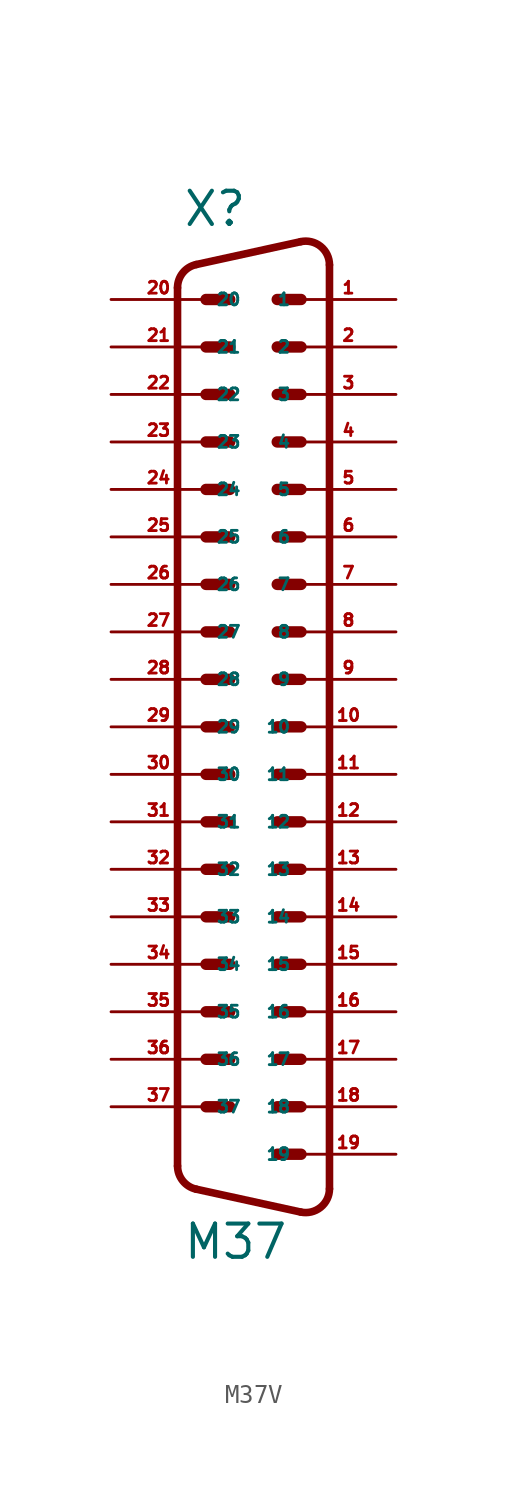
<source format=kicad_sym>
(kicad_symbol_lib
  (version 20220914)
  (generator Eagle2Kicad)
  (symbol "M37V"
    (property "Reference" "X"
      (at -3.81 24.13 0)
      (effects (font (size 1.778 1.778) (thickness 0.22)) (justify left bottom)))
    (property "Value" "M37"
      (at -3.81 -31.115 0)
      (effects (font (size 1.778 1.778) (thickness 0.22)) (justify left bottom)))
    (polyline
      (pts (xy 1.27 20.32) (xy 2.54 20.32))
      (stroke (width 0.61) (type default))
      (fill (type none)))
    (polyline
      (pts (xy -2.54 20.32) (xy -1.27 20.32))
      (stroke (width 0.61) (type default))
      (fill (type none)))
    (polyline
      (pts (xy 1.27 15.24) (xy 2.54 15.24))
      (stroke (width 0.61) (type default))
      (fill (type none)))
    (polyline
      (pts (xy -2.54 17.78) (xy -1.27 17.78))
      (stroke (width 0.61) (type default))
      (fill (type none)))
    (polyline
      (pts (xy 1.27 10.16) (xy 2.54 10.16))
      (stroke (width 0.61) (type default))
      (fill (type none)))
    (polyline
      (pts (xy -2.54 15.24) (xy -1.27 15.24))
      (stroke (width 0.61) (type default))
      (fill (type none)))
    (polyline
      (pts (xy 1.27 5.08) (xy 2.54 5.08))
      (stroke (width 0.61) (type default))
      (fill (type none)))
    (polyline
      (pts (xy -2.54 12.7) (xy -1.27 12.7))
      (stroke (width 0.61) (type default))
      (fill (type none)))
    (polyline
      (pts (xy 1.27 0) (xy 2.54 0))
      (stroke (width 0.61) (type default))
      (fill (type none)))
    (polyline
      (pts (xy -2.54 10.16) (xy -1.27 10.16))
      (stroke (width 0.61) (type default))
      (fill (type none)))
    (polyline
      (pts (xy 1.27 -5.08) (xy 2.54 -5.08))
      (stroke (width 0.61) (type default))
      (fill (type none)))
    (polyline
      (pts (xy -2.54 7.62) (xy -1.27 7.62))
      (stroke (width 0.61) (type default))
      (fill (type none)))
    (polyline
      (pts (xy 1.27 -10.16) (xy 2.54 -10.16))
      (stroke (width 0.61) (type default))
      (fill (type none)))
    (polyline
      (pts (xy -2.54 5.08) (xy -1.27 5.08))
      (stroke (width 0.61) (type default))
      (fill (type none)))
    (polyline
      (pts (xy 1.27 -15.24) (xy 2.54 -15.24))
      (stroke (width 0.61) (type default))
      (fill (type none)))
    (polyline
      (pts (xy -2.54 2.54) (xy -1.27 2.54))
      (stroke (width 0.61) (type default))
      (fill (type none)))
    (polyline
      (pts (xy 1.27 -20.32) (xy 2.54 -20.32))
      (stroke (width 0.61) (type default))
      (fill (type none)))
    (polyline
      (pts (xy -2.54 0) (xy -1.27 0))
      (stroke (width 0.61) (type default))
      (fill (type none)))
    (polyline
      (pts (xy 1.27 -25.4) (xy 2.54 -25.4))
      (stroke (width 0.61) (type default))
      (fill (type none)))
    (polyline
      (pts (xy -2.54 -2.54) (xy -1.27 -2.54))
      (stroke (width 0.61) (type default))
      (fill (type none)))
    (polyline
      (pts (xy 1.27 17.78) (xy 2.54 17.78))
      (stroke (width 0.61) (type default))
      (fill (type none)))
    (polyline
      (pts (xy -2.54 -5.08) (xy -1.27 -5.08))
      (stroke (width 0.61) (type default))
      (fill (type none)))
    (polyline
      (pts (xy 1.27 12.7) (xy 2.54 12.7))
      (stroke (width 0.61) (type default))
      (fill (type none)))
    (polyline
      (pts (xy -2.54 -7.62) (xy -1.27 -7.62))
      (stroke (width 0.61) (type default))
      (fill (type none)))
    (polyline
      (pts (xy 1.27 7.62) (xy 2.54 7.62))
      (stroke (width 0.61) (type default))
      (fill (type none)))
    (polyline
      (pts (xy -2.54 -10.16) (xy -1.27 -10.16))
      (stroke (width 0.61) (type default))
      (fill (type none)))
    (polyline
      (pts (xy 1.27 2.54) (xy 2.54 2.54))
      (stroke (width 0.61) (type default))
      (fill (type none)))
    (polyline
      (pts (xy -2.54 -12.7) (xy -1.27 -12.7))
      (stroke (width 0.61) (type default))
      (fill (type none)))
    (polyline
      (pts (xy 1.27 -2.54) (xy 2.54 -2.54))
      (stroke (width 0.61) (type default))
      (fill (type none)))
    (polyline
      (pts (xy -2.54 -15.24) (xy -1.27 -15.24))
      (stroke (width 0.61) (type default))
      (fill (type none)))
    (polyline
      (pts (xy 1.27 -7.62) (xy 2.54 -7.62))
      (stroke (width 0.61) (type default))
      (fill (type none)))
    (polyline
      (pts (xy -2.54 -17.78) (xy -1.27 -17.78))
      (stroke (width 0.61) (type default))
      (fill (type none)))
    (polyline
      (pts (xy 1.27 -12.7) (xy 2.54 -12.7))
      (stroke (width 0.61) (type default))
      (fill (type none)))
    (polyline
      (pts (xy -2.54 -20.32) (xy -1.27 -20.32))
      (stroke (width 0.61) (type default))
      (fill (type none)))
    (polyline
      (pts (xy 1.27 -17.78) (xy 2.54 -17.78))
      (stroke (width 0.61) (type default))
      (fill (type none)))
    (polyline
      (pts (xy -2.54 -22.86) (xy -1.27 -22.86))
      (stroke (width 0.61) (type default))
      (fill (type none)))
    (polyline
      (pts (xy 1.27 -22.86) (xy 2.54 -22.86))
      (stroke (width 0.61) (type default))
      (fill (type none)))
    (arc
      (start 2.5226 -28.4918)
      (mid 3.590 -28.240)
      (end 4.0637 -27.2512)
      (stroke (width 0.4064) (type default))
      (fill (type none)))
    (polyline
      (pts (xy 2.523 -28.492) (xy -3.065 -27.269))
      (stroke (width 0.406) (type default))
      (fill (type none)))
    (arc
      (start -4.064 -26.0288)
      (mid -3.783 -26.825)
      (end -3.0654 -27.2694)
      (stroke (width 0.4064) (type default))
      (fill (type none)))
    (polyline
      (pts (xy -4.064 20.949) (xy -4.064 -26.029))
      (stroke (width 0.406) (type default))
      (fill (type none)))
    (arc
      (start -3.0654 22.1894)
      (mid -3.783 21.745)
      (end -4.064 20.9488)
      (stroke (width 0.4064) (type default))
      (fill (type none)))
    (polyline
      (pts (xy 4.064 22.171) (xy 4.064 -27.251))
      (stroke (width 0.406) (type default))
      (fill (type none)))
    (polyline
      (pts (xy 2.523 23.412) (xy -3.065 22.189))
      (stroke (width 0.406) (type default))
      (fill (type none)))
    (arc
      (start 4.064 22.1712)
      (mid 3.590 23.161)
      (end 2.5226 23.4119)
      (stroke (width 0.4064) (type default))
      (fill (type none)))
    (pin passive line
      (at 7.62 20.32 180)
      (length 5.08)
      (name "1" (effects (font (size 0.635 0.635) (thickness 0.08)) (justify left bottom)))
      (number "1" (effects (font (size 0.635 0.635) (thickness 0.08)) (justify left bottom))))
    (pin passive line
      (at -7.62 20.32 0)
      (length 5.08)
      (name "20" (effects (font (size 0.635 0.635) (thickness 0.08)) (justify left bottom)))
      (number "20" (effects (font (size 0.635 0.635) (thickness 0.08)) (justify left bottom))))
    (pin passive line
      (at 7.62 17.78 180)
      (length 5.08)
      (name "2" (effects (font (size 0.635 0.635) (thickness 0.08)) (justify left bottom)))
      (number "2" (effects (font (size 0.635 0.635) (thickness 0.08)) (justify left bottom))))
    (pin passive line
      (at -7.62 17.78 0)
      (length 5.08)
      (name "21" (effects (font (size 0.635 0.635) (thickness 0.08)) (justify left bottom)))
      (number "21" (effects (font (size 0.635 0.635) (thickness 0.08)) (justify left bottom))))
    (pin passive line
      (at 7.62 15.24 180)
      (length 5.08)
      (name "3" (effects (font (size 0.635 0.635) (thickness 0.08)) (justify left bottom)))
      (number "3" (effects (font (size 0.635 0.635) (thickness 0.08)) (justify left bottom))))
    (pin passive line
      (at -7.62 15.24 0)
      (length 5.08)
      (name "22" (effects (font (size 0.635 0.635) (thickness 0.08)) (justify left bottom)))
      (number "22" (effects (font (size 0.635 0.635) (thickness 0.08)) (justify left bottom))))
    (pin passive line
      (at 7.62 12.7 180)
      (length 5.08)
      (name "4" (effects (font (size 0.635 0.635) (thickness 0.08)) (justify left bottom)))
      (number "4" (effects (font (size 0.635 0.635) (thickness 0.08)) (justify left bottom))))
    (pin passive line
      (at -7.62 12.7 0)
      (length 5.08)
      (name "23" (effects (font (size 0.635 0.635) (thickness 0.08)) (justify left bottom)))
      (number "23" (effects (font (size 0.635 0.635) (thickness 0.08)) (justify left bottom))))
    (pin passive line
      (at 7.62 10.16 180)
      (length 5.08)
      (name "5" (effects (font (size 0.635 0.635) (thickness 0.08)) (justify left bottom)))
      (number "5" (effects (font (size 0.635 0.635) (thickness 0.08)) (justify left bottom))))
    (pin passive line
      (at -7.62 10.16 0)
      (length 5.08)
      (name "24" (effects (font (size 0.635 0.635) (thickness 0.08)) (justify left bottom)))
      (number "24" (effects (font (size 0.635 0.635) (thickness 0.08)) (justify left bottom))))
    (pin passive line
      (at 7.62 7.62 180)
      (length 5.08)
      (name "6" (effects (font (size 0.635 0.635) (thickness 0.08)) (justify left bottom)))
      (number "6" (effects (font (size 0.635 0.635) (thickness 0.08)) (justify left bottom))))
    (pin passive line
      (at -7.62 7.62 0)
      (length 5.08)
      (name "25" (effects (font (size 0.635 0.635) (thickness 0.08)) (justify left bottom)))
      (number "25" (effects (font (size 0.635 0.635) (thickness 0.08)) (justify left bottom))))
    (pin passive line
      (at 7.62 5.08 180)
      (length 5.08)
      (name "7" (effects (font (size 0.635 0.635) (thickness 0.08)) (justify left bottom)))
      (number "7" (effects (font (size 0.635 0.635) (thickness 0.08)) (justify left bottom))))
    (pin passive line
      (at -7.62 5.08 0)
      (length 5.08)
      (name "26" (effects (font (size 0.635 0.635) (thickness 0.08)) (justify left bottom)))
      (number "26" (effects (font (size 0.635 0.635) (thickness 0.08)) (justify left bottom))))
    (pin passive line
      (at 7.62 2.54 180)
      (length 5.08)
      (name "8" (effects (font (size 0.635 0.635) (thickness 0.08)) (justify left bottom)))
      (number "8" (effects (font (size 0.635 0.635) (thickness 0.08)) (justify left bottom))))
    (pin passive line
      (at -7.62 2.54 0)
      (length 5.08)
      (name "27" (effects (font (size 0.635 0.635) (thickness 0.08)) (justify left bottom)))
      (number "27" (effects (font (size 0.635 0.635) (thickness 0.08)) (justify left bottom))))
    (pin passive line
      (at 7.62 0 180)
      (length 5.08)
      (name "9" (effects (font (size 0.635 0.635) (thickness 0.08)) (justify left bottom)))
      (number "9" (effects (font (size 0.635 0.635) (thickness 0.08)) (justify left bottom))))
    (pin passive line
      (at -7.62 0 0)
      (length 5.08)
      (name "28" (effects (font (size 0.635 0.635) (thickness 0.08)) (justify left bottom)))
      (number "28" (effects (font (size 0.635 0.635) (thickness 0.08)) (justify left bottom))))
    (pin passive line
      (at 7.62 -2.54 180)
      (length 5.08)
      (name "10" (effects (font (size 0.635 0.635) (thickness 0.08)) (justify left bottom)))
      (number "10" (effects (font (size 0.635 0.635) (thickness 0.08)) (justify left bottom))))
    (pin passive line
      (at -7.62 -2.54 0)
      (length 5.08)
      (name "29" (effects (font (size 0.635 0.635) (thickness 0.08)) (justify left bottom)))
      (number "29" (effects (font (size 0.635 0.635) (thickness 0.08)) (justify left bottom))))
    (pin passive line
      (at 7.62 -5.08 180)
      (length 5.08)
      (name "11" (effects (font (size 0.635 0.635) (thickness 0.08)) (justify left bottom)))
      (number "11" (effects (font (size 0.635 0.635) (thickness 0.08)) (justify left bottom))))
    (pin passive line
      (at -7.62 -5.08 0)
      (length 5.08)
      (name "30" (effects (font (size 0.635 0.635) (thickness 0.08)) (justify left bottom)))
      (number "30" (effects (font (size 0.635 0.635) (thickness 0.08)) (justify left bottom))))
    (pin passive line
      (at 7.62 -7.62 180)
      (length 5.08)
      (name "12" (effects (font (size 0.635 0.635) (thickness 0.08)) (justify left bottom)))
      (number "12" (effects (font (size 0.635 0.635) (thickness 0.08)) (justify left bottom))))
    (pin passive line
      (at -7.62 -7.62 0)
      (length 5.08)
      (name "31" (effects (font (size 0.635 0.635) (thickness 0.08)) (justify left bottom)))
      (number "31" (effects (font (size 0.635 0.635) (thickness 0.08)) (justify left bottom))))
    (pin passive line
      (at 7.62 -10.16 180)
      (length 5.08)
      (name "13" (effects (font (size 0.635 0.635) (thickness 0.08)) (justify left bottom)))
      (number "13" (effects (font (size 0.635 0.635) (thickness 0.08)) (justify left bottom))))
    (pin passive line
      (at -7.62 -10.16 0)
      (length 5.08)
      (name "32" (effects (font (size 0.635 0.635) (thickness 0.08)) (justify left bottom)))
      (number "32" (effects (font (size 0.635 0.635) (thickness 0.08)) (justify left bottom))))
    (pin passive line
      (at 7.62 -12.7 180)
      (length 5.08)
      (name "14" (effects (font (size 0.635 0.635) (thickness 0.08)) (justify left bottom)))
      (number "14" (effects (font (size 0.635 0.635) (thickness 0.08)) (justify left bottom))))
    (pin passive line
      (at -7.62 -12.7 0)
      (length 5.08)
      (name "33" (effects (font (size 0.635 0.635) (thickness 0.08)) (justify left bottom)))
      (number "33" (effects (font (size 0.635 0.635) (thickness 0.08)) (justify left bottom))))
    (pin passive line
      (at 7.62 -15.24 180)
      (length 5.08)
      (name "15" (effects (font (size 0.635 0.635) (thickness 0.08)) (justify left bottom)))
      (number "15" (effects (font (size 0.635 0.635) (thickness 0.08)) (justify left bottom))))
    (pin passive line
      (at -7.62 -15.24 0)
      (length 5.08)
      (name "34" (effects (font (size 0.635 0.635) (thickness 0.08)) (justify left bottom)))
      (number "34" (effects (font (size 0.635 0.635) (thickness 0.08)) (justify left bottom))))
    (pin passive line
      (at 7.62 -17.78 180)
      (length 5.08)
      (name "16" (effects (font (size 0.635 0.635) (thickness 0.08)) (justify left bottom)))
      (number "16" (effects (font (size 0.635 0.635) (thickness 0.08)) (justify left bottom))))
    (pin passive line
      (at -7.62 -17.78 0)
      (length 5.08)
      (name "35" (effects (font (size 0.635 0.635) (thickness 0.08)) (justify left bottom)))
      (number "35" (effects (font (size 0.635 0.635) (thickness 0.08)) (justify left bottom))))
    (pin passive line
      (at 7.62 -20.32 180)
      (length 5.08)
      (name "17" (effects (font (size 0.635 0.635) (thickness 0.08)) (justify left bottom)))
      (number "17" (effects (font (size 0.635 0.635) (thickness 0.08)) (justify left bottom))))
    (pin passive line
      (at -7.62 -20.32 0)
      (length 5.08)
      (name "36" (effects (font (size 0.635 0.635) (thickness 0.08)) (justify left bottom)))
      (number "36" (effects (font (size 0.635 0.635) (thickness 0.08)) (justify left bottom))))
    (pin passive line
      (at 7.62 -22.86 180)
      (length 5.08)
      (name "18" (effects (font (size 0.635 0.635) (thickness 0.08)) (justify left bottom)))
      (number "18" (effects (font (size 0.635 0.635) (thickness 0.08)) (justify left bottom))))
    (pin passive line
      (at -7.62 -22.86 0)
      (length 5.08)
      (name "37" (effects (font (size 0.635 0.635) (thickness 0.08)) (justify left bottom)))
      (number "37" (effects (font (size 0.635 0.635) (thickness 0.08)) (justify left bottom))))
    (pin passive line
      (at 7.62 -25.4 180)
      (length 5.08)
      (name "19" (effects (font (size 0.635 0.635) (thickness 0.08)) (justify left bottom)))
      (number "19" (effects (font (size 0.635 0.635) (thickness 0.08)) (justify left bottom))))))
</source>
